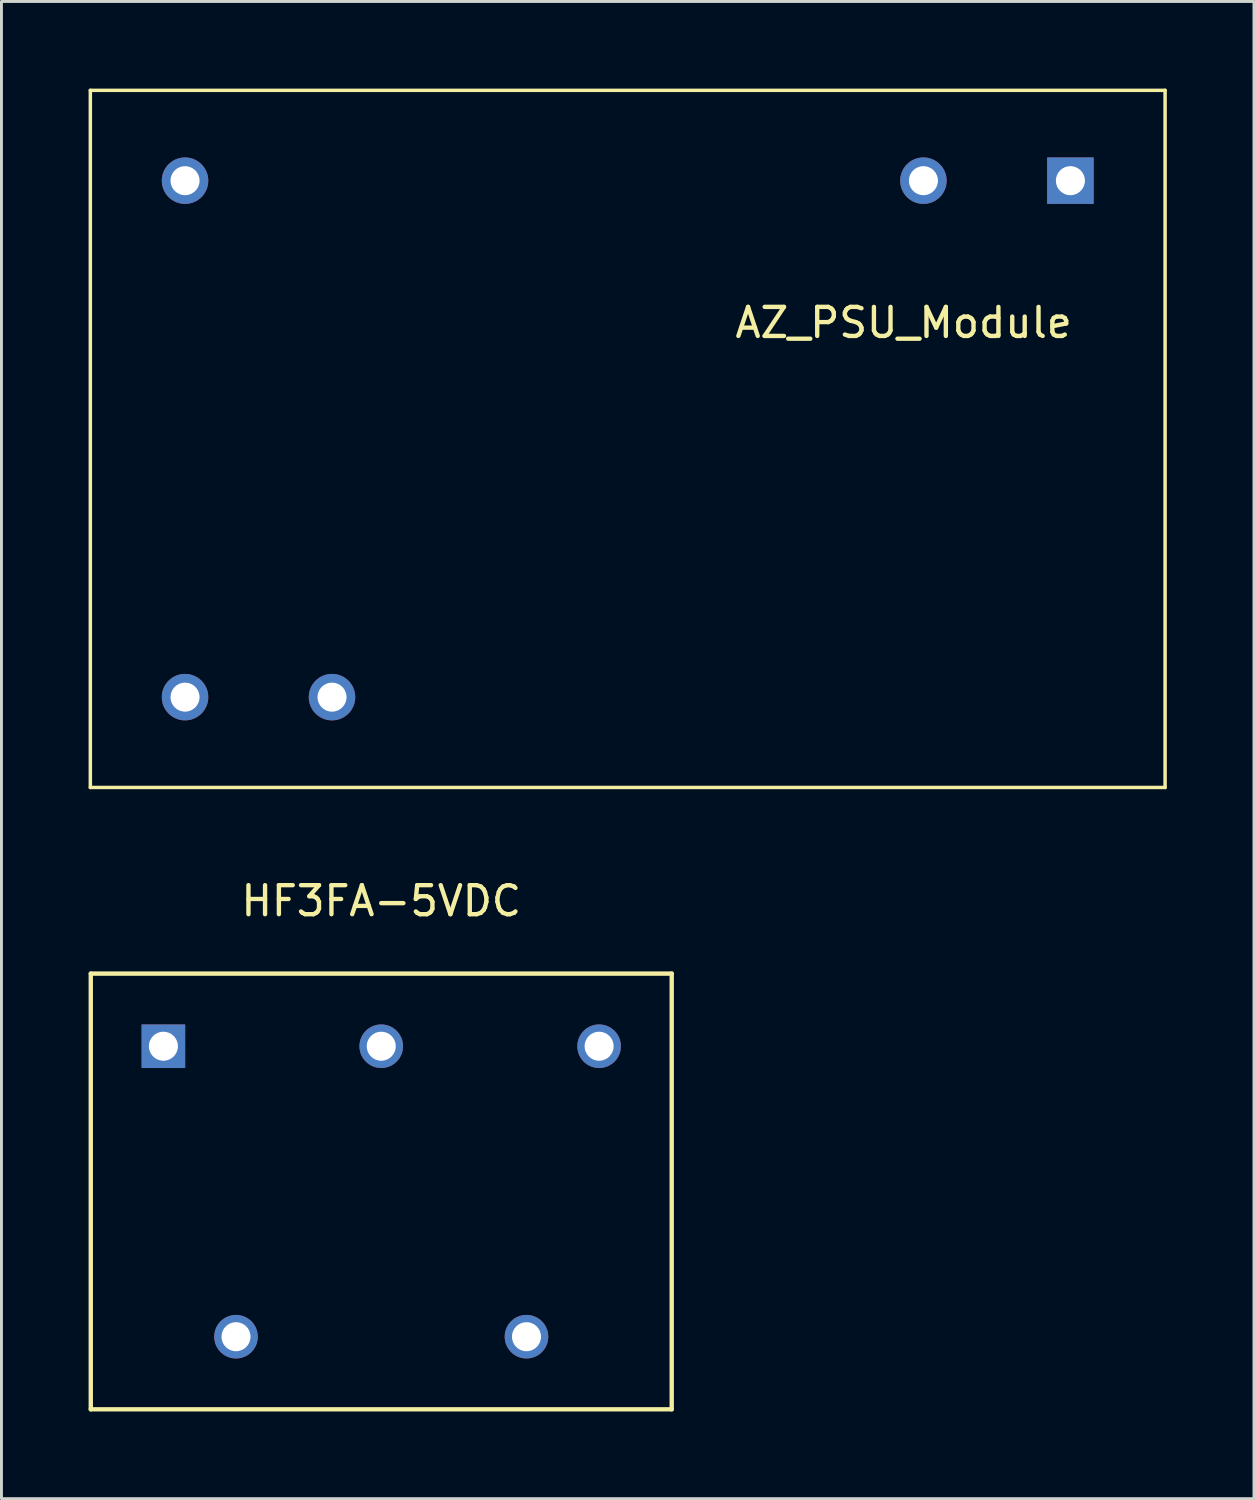
<source format=kicad_pcb>
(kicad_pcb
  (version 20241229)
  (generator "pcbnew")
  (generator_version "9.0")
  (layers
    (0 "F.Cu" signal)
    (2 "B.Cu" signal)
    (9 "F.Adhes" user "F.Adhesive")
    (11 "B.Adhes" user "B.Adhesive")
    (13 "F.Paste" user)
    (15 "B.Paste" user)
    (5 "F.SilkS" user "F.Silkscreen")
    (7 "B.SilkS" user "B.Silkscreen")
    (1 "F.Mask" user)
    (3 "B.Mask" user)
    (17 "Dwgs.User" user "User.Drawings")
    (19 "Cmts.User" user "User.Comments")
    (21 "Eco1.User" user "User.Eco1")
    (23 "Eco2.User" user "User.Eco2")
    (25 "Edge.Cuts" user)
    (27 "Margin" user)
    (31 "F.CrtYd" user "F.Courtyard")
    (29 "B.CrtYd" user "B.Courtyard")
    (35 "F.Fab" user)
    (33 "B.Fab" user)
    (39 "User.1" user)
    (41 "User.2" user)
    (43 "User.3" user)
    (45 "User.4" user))
  (footprint "HF3FA-5VDC"
    (layer "F.Cu")
    (at 10.075 37.968)
    (property "Reference" "HF3FA-5VDC" (at 0 -10 0) (layer "F.SilkS") (effects (font (size 1 1) (thickness 0.15))))
    (attr through_hole)
    (fp_line (start -10 -7.5) (end 10 -7.5) (stroke (width 0.15) (type solid)) (layer "F.SilkS"))
    (fp_line (start -10 7.5) (end -10 -7.5) (stroke (width 0.15) (type solid)) (layer "F.SilkS"))
    (fp_line (start 10 -7.5) (end 10 7.5) (stroke (width 0.15) (type solid)) (layer "F.SilkS"))
    (fp_line (start 10 7.5) (end -10 7.5) (stroke (width 0.15) (type solid)) (layer "F.SilkS"))
    (pad "1" thru_hole rect (at -7.5 -5) (size 1.5 1.5) (drill 1) (layers "*.Cu" "*.Mask"))
    (pad "2" thru_hole circle (at 0 -5) (size 1.5 1.5) (drill 1) (layers "*.Cu" "*.Mask"))
    (pad "3" thru_hole circle (at 7.5 -5) (size 1.5 1.5) (drill 1) (layers "*.Cu" "*.Mask"))
    (pad "4" thru_hole circle (at -5 5) (size 1.5 1.5) (drill 1) (layers "*.Cu" "*.Mask"))
    (pad "5" thru_hole circle (at 5 5) (size 1.5 1.5) (drill 1) (layers "*.Cu" "*.Mask")))
  (footprint "AZ_PSU_Module"
    (layer "F.Cu")
    (at 18.56 12.06)
    (property "Reference" "AZ_PSU_Module" (at 9.5 -4 0) (layer "F.SilkS") (effects (font (size 1 1) (thickness 0.15))))
    (attr through_hole)
    (fp_line (start -18.5 -12) (end 18.5 -12) (stroke (width 0.12) (type solid)) (layer "F.SilkS"))
    (fp_line (start -18.5 12) (end -18.5 -12) (stroke (width 0.12) (type solid)) (layer "F.SilkS"))
    (fp_line (start 18.5 -12) (end 18.5 12) (stroke (width 0.12) (type solid)) (layer "F.SilkS"))
    (fp_line (start 18.5 12) (end -18.5 12) (stroke (width 0.12) (type solid)) (layer "F.SilkS"))
    (pad "1" thru_hole rect (at 15.24 -8.89) (size 1.6 1.6) (drill 1) (layers "*.Cu" "*.Mask"))
    (pad "2" thru_hole circle (at 10.18 -8.89) (size 1.6 1.6) (drill 1) (layers "*.Cu" "*.Mask"))
    (pad "3" thru_hole circle (at -10.18 8.89) (size 1.6 1.6) (drill 1) (layers "*.Cu" "*.Mask"))
    (pad "4" thru_hole circle (at -15.24 8.89) (size 1.6 1.6) (drill 1) (layers "*.Cu" "*.Mask"))
    (pad "NC" thru_hole circle (at -15.24 -8.89) (size 1.6 1.6) (drill 1) (layers "*.Cu" "*.Mask")))
  (gr_rect
    (start -3 -3)
    (end 40.12 48.543)
    (stroke (width 0.1) (type default))
    (fill no)
    (layer "Edge.Cuts")))
</source>
